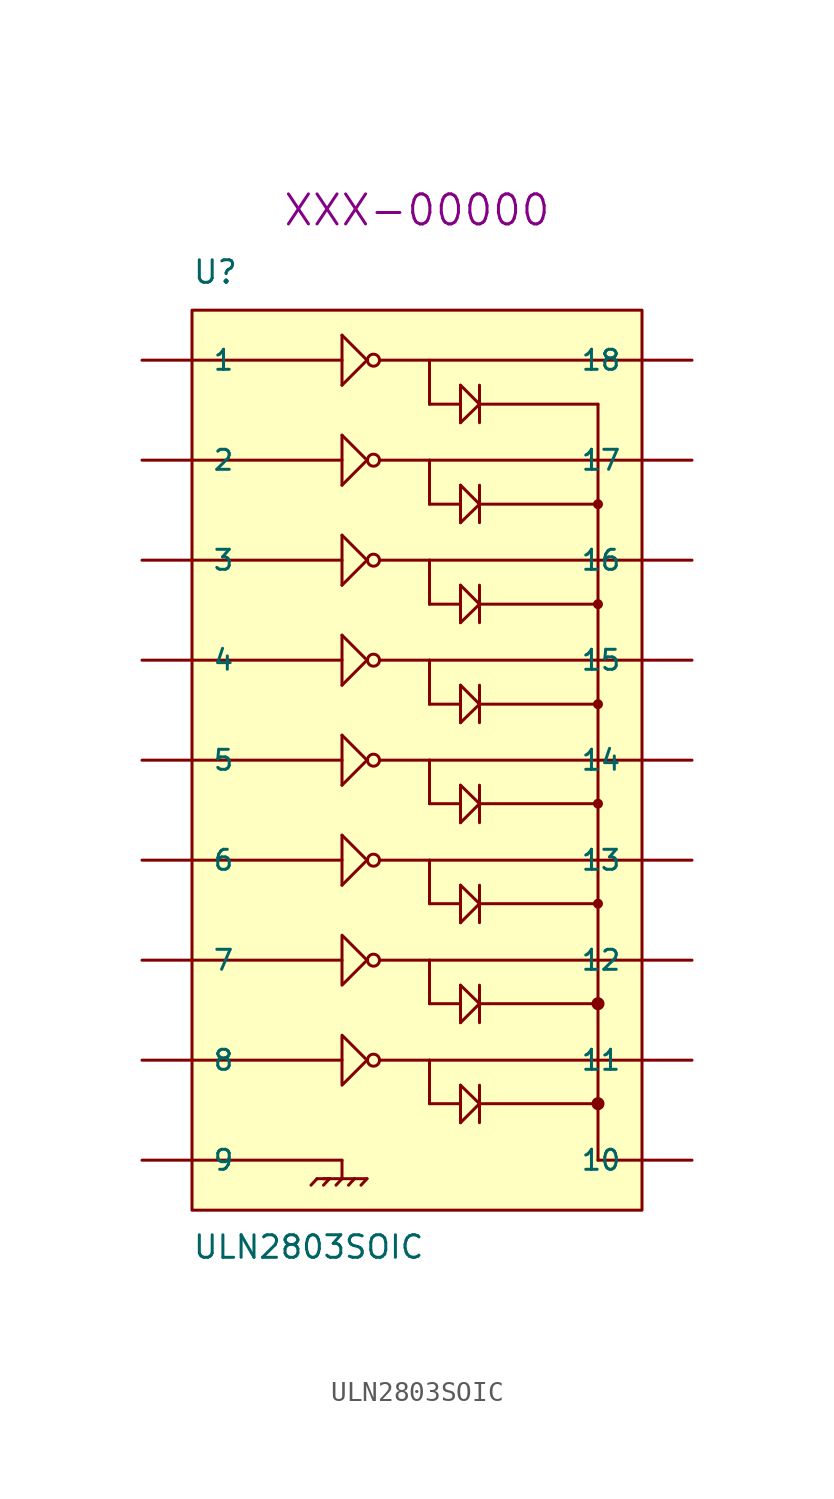
<source format=kicad_sym>
(kicad_symbol_lib
  (version 20220914)
  (generator kicad_symbol_editor)
  (symbol "ULN2803SOIC"
    (pin_numbers hide)
    (pin_names
      (offset 1.016))
    (property "Reference" "U"
      (at -11.43 24.13 0)
      (effects (font (size 1.143 1.143)) (justify left bottom)))
    (property "Value" "ULN2803SOIC"
      (at -11.43 -25.4 0)
      (effects (font (size 1.143 1.143)) (justify left bottom)))
    (property "Field4" "XXX-00000"
      (at 0 27.94 0)
      (effects (font (size 1.524 1.524))))
    (property "ki_locked" ""
      (at 0 0 0)
      (effects (font (size 1.27 1.27))))
    (symbol "ULN2803SOIC_1_0"
      (polyline (pts (xy -11.43 -20.32) (xy -3.81 -20.32)) (stroke (width 0) (type solid)) (fill (type none)))
      (polyline (pts (xy -11.43 -15.24) (xy -3.81 -15.24)) (stroke (width 0) (type solid)) (fill (type none)))
      (polyline (pts (xy -11.43 -10.16) (xy -3.81 -10.16)) (stroke (width 0) (type solid)) (fill (type none)))
      (polyline (pts (xy -11.43 -5.08) (xy -3.81 -5.08)) (stroke (width 0) (type solid)) (fill (type none)))
      (polyline (pts (xy -11.43 0) (xy -3.81 0)) (stroke (width 0) (type solid)) (fill (type none)))
      (polyline (pts (xy -11.43 5.08) (xy -3.81 5.08)) (stroke (width 0) (type solid)) (fill (type none)))
      (polyline (pts (xy -11.43 10.16) (xy -3.81 10.16)) (stroke (width 0) (type solid)) (fill (type none)))
      (polyline (pts (xy -11.43 15.24) (xy -3.81 15.24)) (stroke (width 0) (type solid)) (fill (type none)))
      (polyline (pts (xy -11.43 20.32) (xy -3.81 20.32)) (stroke (width 0) (type solid)) (fill (type none)))
      (polyline (pts (xy -5.08 -21.26) (xy -5.385 -21.59)) (stroke (width 0) (type solid)) (fill (type none)))
      (polyline (pts (xy -4.445 -21.26) (xy -5.08 -21.26)) (stroke (width 0) (type solid)) (fill (type none)))
      (polyline (pts (xy -4.445 -21.26) (xy -4.75 -21.59)) (stroke (width 0) (type solid)) (fill (type none)))
      (polyline (pts (xy -4.445 -21.26) (xy -4.75 -21.26)) (stroke (width 0) (type solid)) (fill (type none)))
      (polyline (pts (xy -3.81 -21.26) (xy -4.445 -21.26)) (stroke (width 0) (type solid)) (fill (type none)))
      (polyline (pts (xy -3.81 -21.26) (xy -4.115 -21.59)) (stroke (width 0) (type solid)) (fill (type none)))
      (polyline (pts (xy -3.81 -21.26) (xy -3.175 -21.26)) (stroke (width 0) (type solid)) (fill (type none)))
      (polyline (pts (xy -3.81 -20.32) (xy -3.81 -21.26)) (stroke (width 0) (type solid)) (fill (type none)))
      (polyline (pts (xy -3.81 -3.81) (xy -3.81 -6.35)) (stroke (width 0) (type solid)) (fill (type none)))
      (polyline (pts (xy -3.81 -3.81) (xy -2.54 -5.08)) (stroke (width 0) (type solid)) (fill (type none)))
      (polyline (pts (xy -3.81 -1.27) (xy -2.54 0)) (stroke (width 0) (type solid)) (fill (type none)))
      (polyline (pts (xy -3.81 1.27) (xy -3.81 -1.27)) (stroke (width 0) (type solid)) (fill (type none)))
      (polyline (pts (xy -3.81 1.27) (xy -2.54 0)) (stroke (width 0) (type solid)) (fill (type none)))
      (polyline (pts (xy -3.81 6.35) (xy -3.81 3.81)) (stroke (width 0) (type solid)) (fill (type none)))
      (polyline (pts (xy -3.81 6.35) (xy -2.54 5.08)) (stroke (width 0) (type solid)) (fill (type none)))
      (polyline (pts (xy -3.81 11.43) (xy -3.81 8.89)) (stroke (width 0) (type solid)) (fill (type none)))
      (polyline (pts (xy -3.81 11.43) (xy -2.54 10.16)) (stroke (width 0) (type solid)) (fill (type none)))
      (polyline (pts (xy -3.81 16.51) (xy -3.81 13.97)) (stroke (width 0) (type solid)) (fill (type none)))
      (polyline (pts (xy -3.81 16.51) (xy -2.54 15.24)) (stroke (width 0) (type solid)) (fill (type none)))
      (polyline (pts (xy -3.81 21.59) (xy -3.81 19.05)) (stroke (width 0) (type solid)) (fill (type none)))
      (polyline (pts (xy -3.81 21.59) (xy -2.54 20.32)) (stroke (width 0) (type solid)) (fill (type none)))
      (polyline (pts (xy -3.175 -21.26) (xy -3.48 -21.59)) (stroke (width 0) (type solid)) (fill (type none)))
      (polyline (pts (xy -3.175 -21.26) (xy -2.54 -21.26)) (stroke (width 0) (type solid)) (fill (type none)))
      (polyline (pts (xy -2.54 -21.26) (xy -2.845 -21.59)) (stroke (width 0) (type solid)) (fill (type none)))
      (polyline (pts (xy -2.54 -5.08) (xy -3.81 -6.35)) (stroke (width 0) (type solid)) (fill (type none)))
      (polyline (pts (xy -2.54 5.08) (xy -3.81 3.81)) (stroke (width 0) (type solid)) (fill (type none)))
      (polyline (pts (xy -2.54 10.16) (xy -3.81 8.89)) (stroke (width 0) (type solid)) (fill (type none)))
      (polyline (pts (xy -2.54 15.24) (xy -3.81 13.97)) (stroke (width 0) (type solid)) (fill (type none)))
      (polyline (pts (xy -2.54 20.32) (xy -3.81 19.05)) (stroke (width 0) (type solid)) (fill (type none)))
      (polyline (pts (xy -1.905 -15.24) (xy 0.635 -15.24)) (stroke (width 0) (type solid)) (fill (type none)))
      (polyline (pts (xy -1.905 -5.08) (xy 0.635 -5.08)) (stroke (width 0) (type solid)) (fill (type none)))
      (polyline (pts (xy -1.905 5.08) (xy 0.635 5.08)) (stroke (width 0) (type solid)) (fill (type none)))
      (polyline (pts (xy -1.905 10.16) (xy 0.635 10.16)) (stroke (width 0) (type solid)) (fill (type none)))
      (polyline (pts (xy -1.905 15.24) (xy 0.635 15.24)) (stroke (width 0) (type solid)) (fill (type none)))
      (polyline (pts (xy -1.905 20.32) (xy 11.43 20.32)) (stroke (width 0) (type solid)) (fill (type none)))
      (polyline (pts (xy 0.635 -17.45) (xy 2.21 -17.45)) (stroke (width 0) (type solid)) (fill (type none)))
      (polyline (pts (xy 0.635 -15.24) (xy 0.635 -17.45)) (stroke (width 0) (type solid)) (fill (type none)))
      (polyline (pts (xy 0.635 -15.24) (xy 11.43 -15.24)) (stroke (width 0) (type solid)) (fill (type none)))
      (polyline (pts (xy 0.635 -12.37) (xy 2.21 -12.37)) (stroke (width 0) (type solid)) (fill (type none)))
      (polyline (pts (xy 0.635 -10.16) (xy -1.905 -10.16)) (stroke (width 0) (type solid)) (fill (type none)))
      (polyline (pts (xy 0.635 -10.16) (xy 0.635 -12.37)) (stroke (width 0) (type solid)) (fill (type none)))
      (polyline (pts (xy 0.635 -7.29) (xy 2.21 -7.29)) (stroke (width 0) (type solid)) (fill (type none)))
      (polyline (pts (xy 0.635 -5.08) (xy 0.635 -7.29)) (stroke (width 0) (type solid)) (fill (type none)))
      (polyline (pts (xy 0.635 -5.08) (xy 11.43 -5.08)) (stroke (width 0) (type solid)) (fill (type none)))
      (polyline (pts (xy 0.635 -2.21) (xy 2.21 -2.21)) (stroke (width 0) (type solid)) (fill (type none)))
      (polyline (pts (xy 0.635 0) (xy -1.905 0)) (stroke (width 0) (type solid)) (fill (type none)))
      (polyline (pts (xy 0.635 0) (xy 0.635 -2.21)) (stroke (width 0) (type solid)) (fill (type none)))
      (polyline (pts (xy 0.635 2.845) (xy 2.21 2.845)) (stroke (width 0) (type solid)) (fill (type none)))
      (polyline (pts (xy 0.635 5.08) (xy 0.635 2.845)) (stroke (width 0) (type solid)) (fill (type none)))
      (polyline (pts (xy 0.635 5.08) (xy 11.43 5.08)) (stroke (width 0) (type solid)) (fill (type none)))
      (polyline (pts (xy 0.635 7.925) (xy 2.21 7.925)) (stroke (width 0) (type solid)) (fill (type none)))
      (polyline (pts (xy 0.635 10.16) (xy 0.635 7.925)) (stroke (width 0) (type solid)) (fill (type none)))
      (polyline (pts (xy 0.635 10.16) (xy 11.43 10.16)) (stroke (width 0) (type solid)) (fill (type none)))
      (polyline (pts (xy 0.635 13.005) (xy 2.21 13.005)) (stroke (width 0) (type solid)) (fill (type none)))
      (polyline (pts (xy 0.635 15.24) (xy 0.635 13.005)) (stroke (width 0) (type solid)) (fill (type none)))
      (polyline (pts (xy 0.635 15.24) (xy 11.43 15.24)) (stroke (width 0) (type solid)) (fill (type none)))
      (polyline (pts (xy 0.635 18.085) (xy 2.21 18.085)) (stroke (width 0) (type solid)) (fill (type none)))
      (polyline (pts (xy 0.635 20.32) (xy 0.635 18.085)) (stroke (width 0) (type solid)) (fill (type none)))
      (polyline (pts (xy 2.21 -16.51) (xy 2.21 -18.415)) (stroke (width 0) (type solid)) (fill (type none)))
      (polyline (pts (xy 2.21 -16.51) (xy 3.175 -17.45)) (stroke (width 0) (type solid)) (fill (type none)))
      (polyline (pts (xy 2.21 -11.43) (xy 2.21 -13.335)) (stroke (width 0) (type solid)) (fill (type none)))
      (polyline (pts (xy 2.21 -11.43) (xy 3.175 -12.37)) (stroke (width 0) (type solid)) (fill (type none)))
      (polyline (pts (xy 2.21 -6.35) (xy 2.21 -8.255)) (stroke (width 0) (type solid)) (fill (type none)))
      (polyline (pts (xy 2.21 -6.35) (xy 3.175 -7.29)) (stroke (width 0) (type solid)) (fill (type none)))
      (polyline (pts (xy 2.21 -1.27) (xy 2.21 -3.175)) (stroke (width 0) (type solid)) (fill (type none)))
      (polyline (pts (xy 2.21 -1.27) (xy 3.175 -2.21)) (stroke (width 0) (type solid)) (fill (type none)))
      (polyline (pts (xy 2.21 3.81) (xy 2.21 1.905)) (stroke (width 0) (type solid)) (fill (type none)))
      (polyline (pts (xy 2.21 3.81) (xy 3.175 2.845)) (stroke (width 0) (type solid)) (fill (type none)))
      (polyline (pts (xy 2.21 8.89) (xy 2.21 6.985)) (stroke (width 0) (type solid)) (fill (type none)))
      (polyline (pts (xy 2.21 8.89) (xy 3.175 7.925)) (stroke (width 0) (type solid)) (fill (type none)))
      (polyline (pts (xy 2.21 12.065) (xy 3.175 13.005)) (stroke (width 0) (type solid)) (fill (type none)))
      (polyline (pts (xy 2.21 13.005) (xy 2.21 12.065)) (stroke (width 0) (type solid)) (fill (type none)))
      (polyline (pts (xy 2.21 13.005) (xy 2.21 13.97)) (stroke (width 0) (type solid)) (fill (type none)))
      (polyline (pts (xy 2.21 17.145) (xy 3.175 18.085)) (stroke (width 0) (type solid)) (fill (type none)))
      (polyline (pts (xy 2.21 18.085) (xy 2.21 17.145)) (stroke (width 0) (type solid)) (fill (type none)))
      (polyline (pts (xy 2.21 18.085) (xy 2.21 19.05)) (stroke (width 0) (type solid)) (fill (type none)))
      (polyline (pts (xy 3.175 -17.45) (xy 2.21 -18.415)) (stroke (width 0) (type solid)) (fill (type none)))
      (polyline (pts (xy 3.175 -17.45) (xy 3.175 -18.415)) (stroke (width 0) (type solid)) (fill (type none)))
      (polyline (pts (xy 3.175 -17.45) (xy 9.195 -17.45)) (stroke (width 0) (type solid)) (fill (type none)))
      (polyline (pts (xy 3.175 -16.51) (xy 3.175 -17.45)) (stroke (width 0) (type solid)) (fill (type none)))
      (polyline (pts (xy 3.175 -12.37) (xy 2.21 -13.335)) (stroke (width 0) (type solid)) (fill (type none)))
      (polyline (pts (xy 3.175 -12.37) (xy 3.175 -13.335)) (stroke (width 0) (type solid)) (fill (type none)))
      (polyline (pts (xy 3.175 -12.37) (xy 9.195 -12.37)) (stroke (width 0) (type solid)) (fill (type none)))
      (polyline (pts (xy 3.175 -11.43) (xy 3.175 -12.37)) (stroke (width 0) (type solid)) (fill (type none)))
      (polyline (pts (xy 3.175 -7.29) (xy 2.21 -8.255)) (stroke (width 0) (type solid)) (fill (type none)))
      (polyline (pts (xy 3.175 -7.29) (xy 3.175 -8.255)) (stroke (width 0) (type solid)) (fill (type none)))
      (polyline (pts (xy 3.175 -7.29) (xy 9.195 -7.29)) (stroke (width 0) (type solid)) (fill (type none)))
      (polyline (pts (xy 3.175 -6.35) (xy 3.175 -7.29)) (stroke (width 0) (type solid)) (fill (type none)))
      (polyline (pts (xy 3.175 -2.21) (xy 2.21 -3.175)) (stroke (width 0) (type solid)) (fill (type none)))
      (polyline (pts (xy 3.175 -2.21) (xy 3.175 -3.175)) (stroke (width 0) (type solid)) (fill (type none)))
      (polyline (pts (xy 3.175 -2.21) (xy 9.195 -2.21)) (stroke (width 0) (type solid)) (fill (type none)))
      (polyline (pts (xy 3.175 -1.27) (xy 3.175 -2.21)) (stroke (width 0) (type solid)) (fill (type none)))
      (polyline (pts (xy 3.175 2.845) (xy 2.21 1.905)) (stroke (width 0) (type solid)) (fill (type none)))
      (polyline (pts (xy 3.175 2.845) (xy 3.175 1.905)) (stroke (width 0) (type solid)) (fill (type none)))
      (polyline (pts (xy 3.175 2.845) (xy 9.195 2.845)) (stroke (width 0) (type solid)) (fill (type none)))
      (polyline (pts (xy 3.175 3.81) (xy 3.175 2.845)) (stroke (width 0) (type solid)) (fill (type none)))
      (polyline (pts (xy 3.175 7.925) (xy 2.21 6.985)) (stroke (width 0) (type solid)) (fill (type none)))
      (polyline (pts (xy 3.175 7.925) (xy 3.175 6.985)) (stroke (width 0) (type solid)) (fill (type none)))
      (polyline (pts (xy 3.175 7.925) (xy 9.195 7.925)) (stroke (width 0) (type solid)) (fill (type none)))
      (polyline (pts (xy 3.175 8.89) (xy 3.175 7.925)) (stroke (width 0) (type solid)) (fill (type none)))
      (polyline (pts (xy 3.175 13.005) (xy 2.21 13.97)) (stroke (width 0) (type solid)) (fill (type none)))
      (polyline (pts (xy 3.175 13.005) (xy 3.175 12.065)) (stroke (width 0) (type solid)) (fill (type none)))
      (polyline (pts (xy 3.175 13.005) (xy 9.195 13.005)) (stroke (width 0) (type solid)) (fill (type none)))
      (polyline (pts (xy 3.175 13.97) (xy 3.175 13.005)) (stroke (width 0) (type solid)) (fill (type none)))
      (polyline (pts (xy 3.175 18.085) (xy 2.21 19.05)) (stroke (width 0) (type solid)) (fill (type none)))
      (polyline (pts (xy 3.175 18.085) (xy 3.175 17.145)) (stroke (width 0) (type solid)) (fill (type none)))
      (polyline (pts (xy 3.175 18.085) (xy 9.195 18.085)) (stroke (width 0) (type solid)) (fill (type none)))
      (polyline (pts (xy 3.175 19.05) (xy 3.175 18.085)) (stroke (width 0) (type solid)) (fill (type none)))
      (polyline (pts (xy 9.195 -20.32) (xy 11.43 -20.32)) (stroke (width 0) (type solid)) (fill (type none)))
      (polyline (pts (xy 9.195 -12.37) (xy 9.195 -20.32)) (stroke (width 0) (type solid)) (fill (type none)))
      (polyline (pts (xy 9.195 -7.29) (xy 9.195 -12.37)) (stroke (width 0) (type solid)) (fill (type none)))
      (polyline (pts (xy 9.195 -2.21) (xy 9.195 -7.29)) (stroke (width 0) (type solid)) (fill (type none)))
      (polyline (pts (xy 9.195 2.845) (xy 9.195 -2.21)) (stroke (width 0) (type solid)) (fill (type none)))
      (polyline (pts (xy 9.195 7.925) (xy 9.195 2.845)) (stroke (width 0) (type solid)) (fill (type none)))
      (polyline (pts (xy 9.195 13.005) (xy 9.195 7.925)) (stroke (width 0) (type solid)) (fill (type none)))
      (polyline (pts (xy 9.195 18.085) (xy 9.195 13.005)) (stroke (width 0) (type solid)) (fill (type none)))
      (polyline (pts (xy 11.43 -10.16) (xy 0.635 -10.16)) (stroke (width 0) (type solid)) (fill (type none)))
      (polyline (pts (xy 11.43 0) (xy 0.635 0)) (stroke (width 0) (type solid)) (fill (type none))))
    (symbol "ULN2803SOIC_1_1"
      (circle (center -2.21 -15.24) (radius 0.305) (stroke (width 0) (type solid)) (fill (type none)))
      (circle (center -2.21 -10.16) (radius 0.305) (stroke (width 0) (type solid)) (fill (type none)))
      (circle (center -2.21 -5.08) (radius 0.305) (stroke (width 0) (type solid)) (fill (type none)))
      (circle (center -2.21 0) (radius 0.305) (stroke (width 0) (type solid)) (fill (type none)))
      (circle (center -2.21 5.08) (radius 0.305) (stroke (width 0) (type solid)) (fill (type none)))
      (circle (center -2.21 10.16) (radius 0.305) (stroke (width 0) (type solid)) (fill (type none)))
      (circle (center -2.21 15.24) (radius 0.305) (stroke (width 0) (type solid)) (fill (type none)))
      (circle (center -2.21 20.32) (radius 0.305) (stroke (width 0) (type solid)) (fill (type none)))
      (polyline (pts (xy -3.81 -13.97) (xy -3.81 -16.51) (xy -2.54 -15.24) (xy -3.81 -13.97)) (stroke (width 0) (type solid)) (fill (type background)))
      (polyline (pts (xy -3.81 -8.89) (xy -3.81 -11.43) (xy -2.54 -10.16) (xy -3.81 -8.89)) (stroke (width 0) (type solid)) (fill (type background)))
      (polyline (pts (xy -11.43 22.86) (xy -11.43 20.32) (xy -11.43 15.24) (xy -11.43 10.16) (xy -11.43 5.08) (xy -11.43 0) (xy -11.43 -5.08) (xy -11.43 -10.16) (xy -11.43 -15.24) (xy -11.43 -20.32) (xy -11.43 -22.86) (xy 11.43 -22.86) (xy 11.43 -20.32) (xy 11.43 -15.24) (xy 11.43 -10.16) (xy 11.43 -5.08) (xy 11.43 0) (xy 11.43 5.08) (xy 11.43 10.16) (xy 11.43 15.24) (xy 11.43 20.32) (xy 11.43 22.86) (xy -11.43 22.86)) (stroke (width 0) (type solid)) (fill (type background)))
      (circle (center 9.195 -17.45) (radius 0.051) (stroke (width 0) (type solid)) (fill (type outline)))
      (circle (center 9.195 -17.45) (radius 0.178) (stroke (width 0) (type solid)) (fill (type outline)))
      (circle (center 9.195 -17.45) (radius 0.254) (stroke (width 0) (type solid)) (fill (type none)))
      (circle (center 9.195 -12.37) (radius 0.051) (stroke (width 0) (type solid)) (fill (type outline)))
      (circle (center 9.195 -12.37) (radius 0.178) (stroke (width 0) (type solid)) (fill (type outline)))
      (circle (center 9.195 -12.37) (radius 0.254) (stroke (width 0) (type solid)) (fill (type none)))
      (circle (center 9.195 -7.29) (radius 0.178) (stroke (width 0) (type solid)) (fill (type outline)))
      (circle (center 9.195 -2.21) (radius 0.051) (stroke (width 0) (type solid)) (fill (type outline)))
      (circle (center 9.195 -2.21) (radius 0.178) (stroke (width 0) (type solid)) (fill (type outline)))
      (circle (center 9.195 2.845) (radius 0.051) (stroke (width 0) (type solid)) (fill (type outline)))
      (circle (center 9.195 2.845) (radius 0.178) (stroke (width 0) (type solid)) (fill (type outline)))
      (circle (center 9.195 7.925) (radius 0.178) (stroke (width 0) (type solid)) (fill (type outline)))
      (circle (center 9.195 13.005) (radius 0.127) (stroke (width 0) (type solid)) (fill (type outline)))
      (circle (center 9.195 13.005) (radius 0.178) (stroke (width 0) (type solid)) (fill (type outline)))
      (pin bidirectional line (at -13.97 20.32 0) (length 2.54) (name "1" (effects (font (size 1.016 1.016)))) (number "1" (effects (font (size 1.016 1.016)))))
      (pin bidirectional line (at 13.97 -20.32 180) (length 2.54) (name "10" (effects (font (size 1.016 1.016)))) (number "10" (effects (font (size 1.016 1.016)))))
      (pin bidirectional line (at 13.97 -15.24 180) (length 2.54) (name "11" (effects (font (size 1.016 1.016)))) (number "11" (effects (font (size 1.016 1.016)))))
      (pin bidirectional line (at 13.97 -10.16 180) (length 2.54) (name "12" (effects (font (size 1.016 1.016)))) (number "12" (effects (font (size 1.016 1.016)))))
      (pin bidirectional line (at 13.97 -5.08 180) (length 2.54) (name "13" (effects (font (size 1.016 1.016)))) (number "13" (effects (font (size 1.016 1.016)))))
      (pin bidirectional line (at 13.97 0 180) (length 2.54) (name "14" (effects (font (size 1.016 1.016)))) (number "14" (effects (font (size 1.016 1.016)))))
      (pin bidirectional line (at 13.97 5.08 180) (length 2.54) (name "15" (effects (font (size 1.016 1.016)))) (number "15" (effects (font (size 1.016 1.016)))))
      (pin bidirectional line (at 13.97 10.16 180) (length 2.54) (name "16" (effects (font (size 1.016 1.016)))) (number "16" (effects (font (size 1.016 1.016)))))
      (pin bidirectional line (at 13.97 15.24 180) (length 2.54) (name "17" (effects (font (size 1.016 1.016)))) (number "17" (effects (font (size 1.016 1.016)))))
      (pin bidirectional line (at 13.97 20.32 180) (length 2.54) (name "18" (effects (font (size 1.016 1.016)))) (number "18" (effects (font (size 1.016 1.016)))))
      (pin bidirectional line (at -13.97 15.24 0) (length 2.54) (name "2" (effects (font (size 1.016 1.016)))) (number "2" (effects (font (size 1.016 1.016)))))
      (pin bidirectional line (at -13.97 10.16 0) (length 2.54) (name "3" (effects (font (size 1.016 1.016)))) (number "3" (effects (font (size 1.016 1.016)))))
      (pin bidirectional line (at -13.97 5.08 0) (length 2.54) (name "4" (effects (font (size 1.016 1.016)))) (number "4" (effects (font (size 1.016 1.016)))))
      (pin bidirectional line (at -13.97 0 0) (length 2.54) (name "5" (effects (font (size 1.016 1.016)))) (number "5" (effects (font (size 1.016 1.016)))))
      (pin bidirectional line (at -13.97 -5.08 0) (length 2.54) (name "6" (effects (font (size 1.016 1.016)))) (number "6" (effects (font (size 1.016 1.016)))))
      (pin bidirectional line (at -13.97 -10.16 0) (length 2.54) (name "7" (effects (font (size 1.016 1.016)))) (number "7" (effects (font (size 1.016 1.016)))))
      (pin bidirectional line (at -13.97 -15.24 0) (length 2.54) (name "8" (effects (font (size 1.016 1.016)))) (number "8" (effects (font (size 1.016 1.016)))))
      (pin bidirectional line (at -13.97 -20.32 0) (length 2.54) (name "9" (effects (font (size 1.016 1.016)))) (number "9" (effects (font (size 1.016 1.016))))))))
</source>
